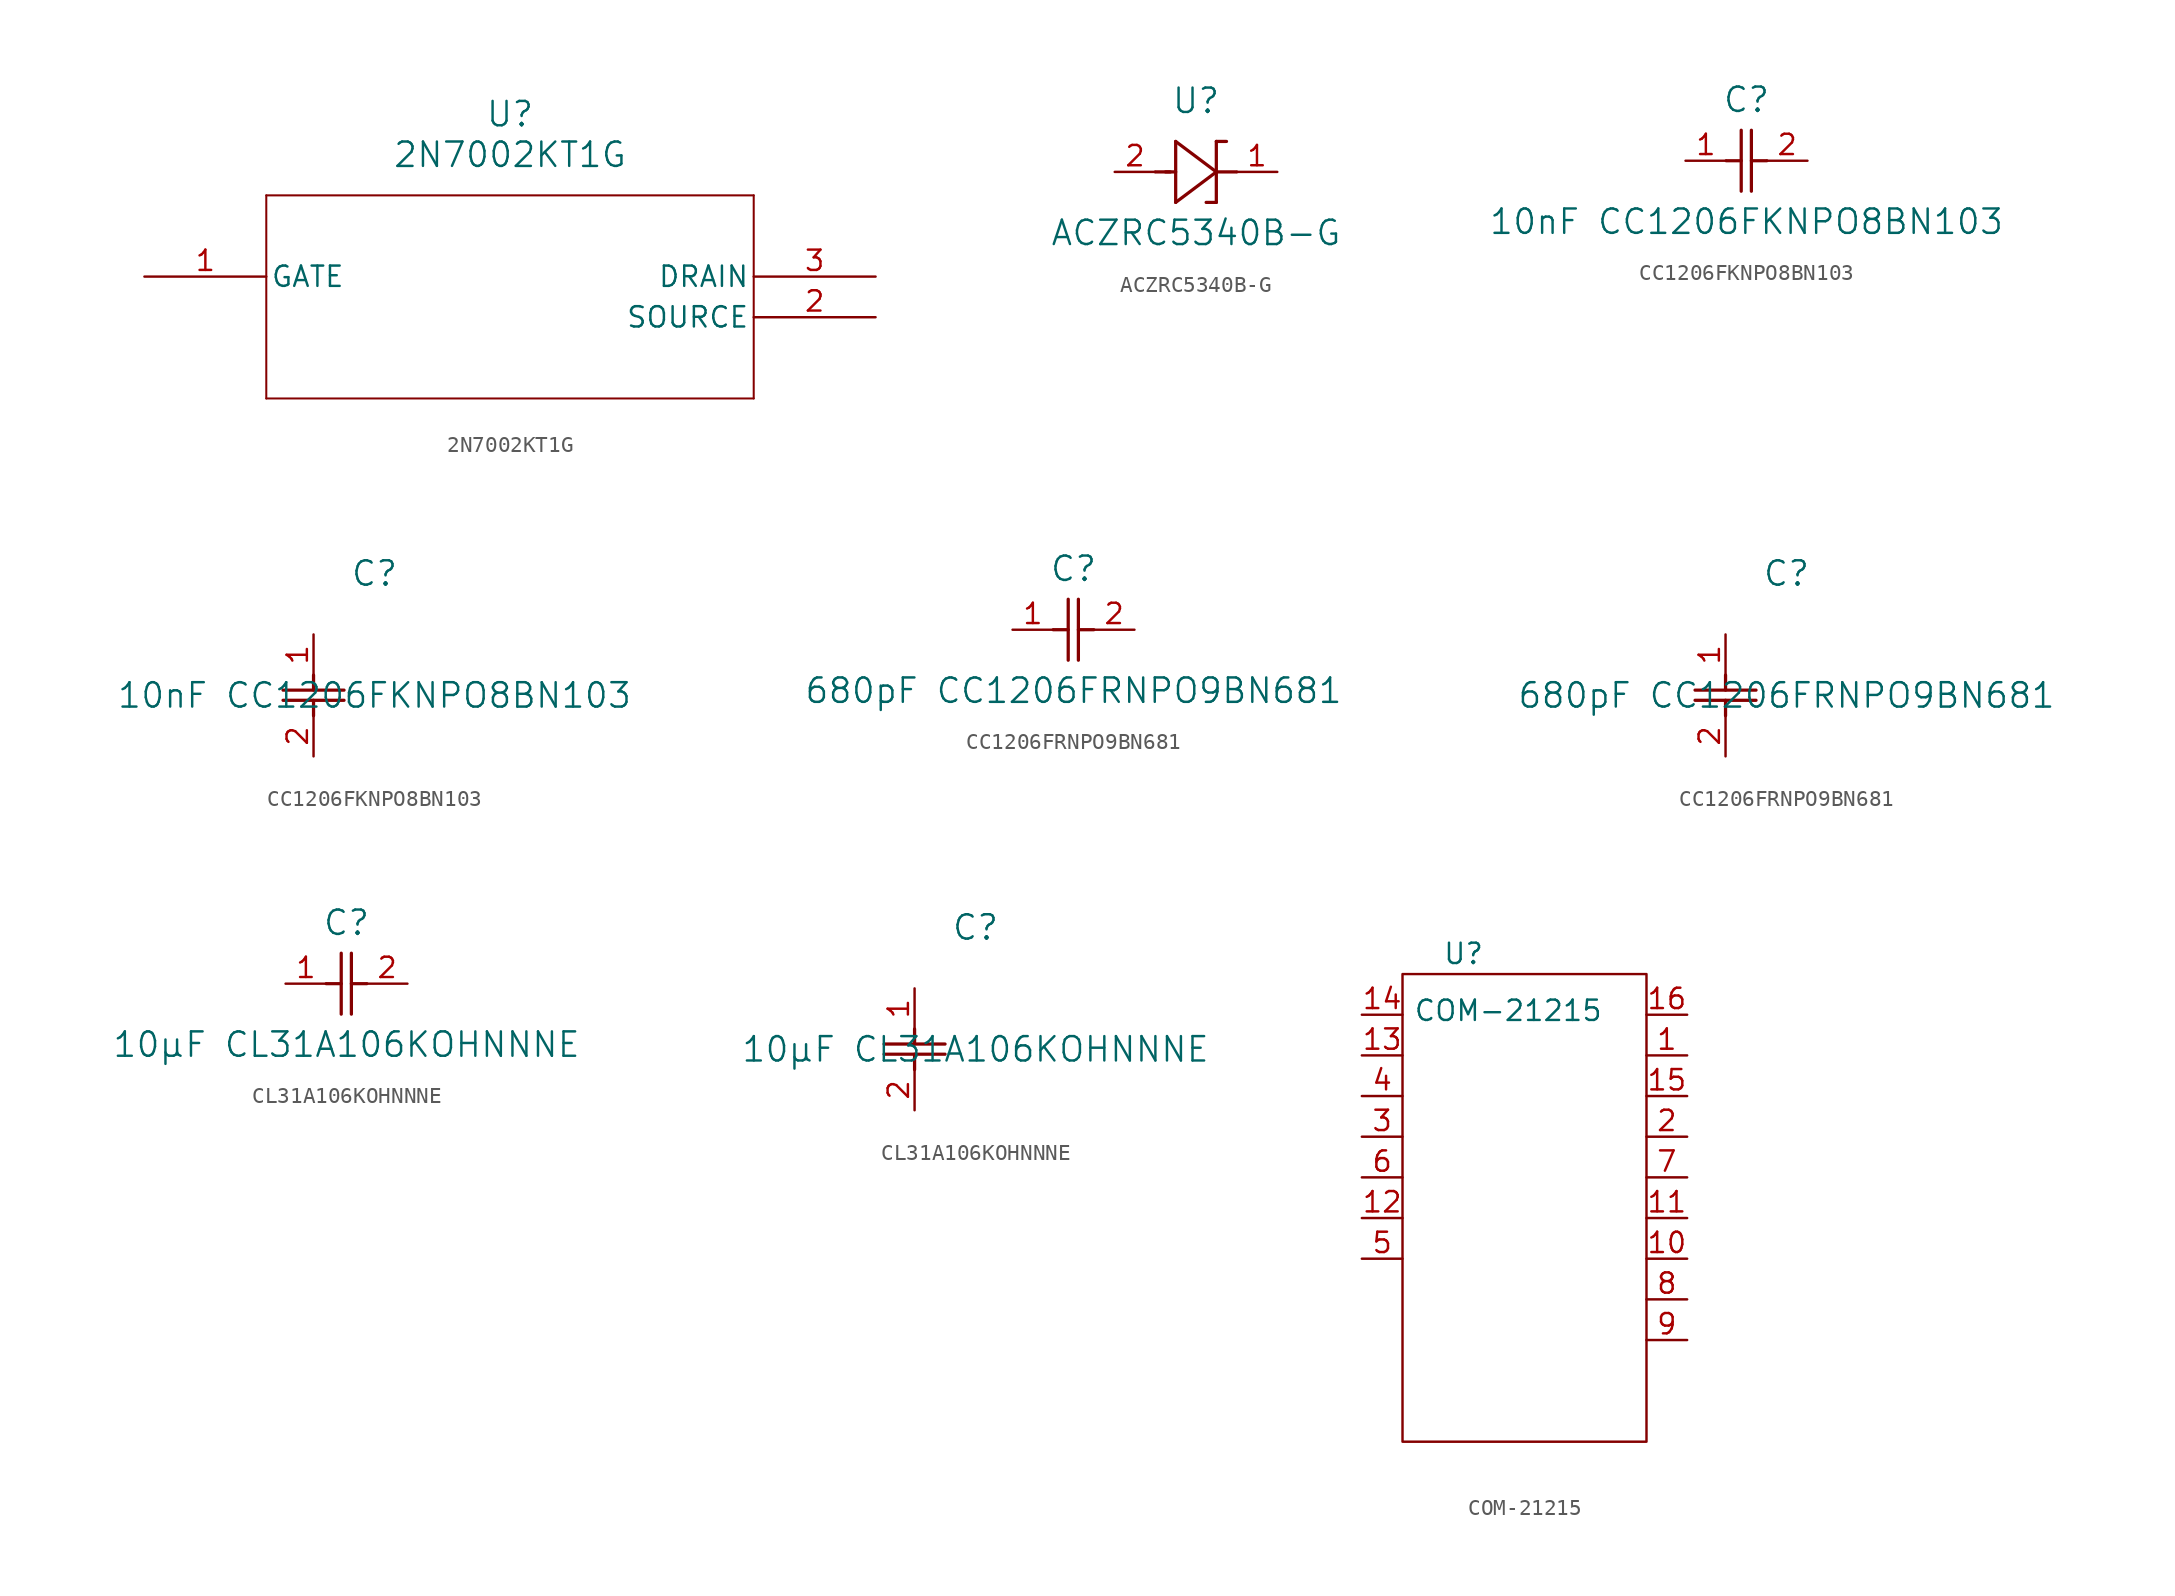
<source format=kicad_sym>
(kicad_symbol_lib
  (version 20231120)
  (generator "kicad_symbol_editor")
  (generator_version "8.0")
  (symbol "2N7002KT1G"
    (pin_names
      (offset 0.254))
    (property "Reference" "U"
      (at 22.86 10.16 0)
      (effects (font (size 1.524 1.524))))
    (property "Value" "2N7002KT1G"
      (at 22.86 7.62 0)
      (effects (font (size 1.524 1.524))))
    (property "ki_locked" ""
      (at 0 0 0)
      (effects (font (size 1.27 1.27))))
    (symbol "2N7002KT1G_1_1"
      (polyline (pts (xy 7.62 -7.62) (xy 38.1 -7.62)) (stroke (width 0.127) (type default)) (fill (type none)))
      (polyline (pts (xy 7.62 5.08) (xy 7.62 -7.62)) (stroke (width 0.127) (type default)) (fill (type none)))
      (polyline (pts (xy 38.1 -7.62) (xy 38.1 5.08)) (stroke (width 0.127) (type default)) (fill (type none)))
      (polyline (pts (xy 38.1 5.08) (xy 7.62 5.08)) (stroke (width 0.127) (type default)) (fill (type none)))
      (pin input line (at 0 0 0) (length 7.62) (name "GATE" (effects (font (size 1.27 1.27)))) (number "1" (effects (font (size 1.27 1.27)))))
      (pin passive line (at 45.72 -2.54 180) (length 7.62) (name "SOURCE" (effects (font (size 1.27 1.27)))) (number "2" (effects (font (size 1.27 1.27)))))
      (pin passive line (at 45.72 0 180) (length 7.62) (name "DRAIN" (effects (font (size 1.27 1.27)))) (number "3" (effects (font (size 1.27 1.27)))))))
  (symbol "ACZRC5340B-G"
    (pin_names
      (offset 0.254))
    (property "Reference" "U"
      (at 5.08 4.445 0)
      (effects (font (size 1.524 1.524))))
    (property "Value" "ACZRC5340B-G"
      (at 5.08 -3.81 0)
      (effects (font (size 1.524 1.524))))
    (property "ki_locked" ""
      (at 0 0 0)
      (effects (font (size 1.27 1.27))))
    (symbol "ACZRC5340B-G_0_1"
      (polyline (pts (xy 2.54 0) (xy 3.48 0)) (stroke (width 0.203) (type default)) (fill (type none)))
      (polyline (pts (xy 3.175 0) (xy 3.81 0)) (stroke (width 0.203) (type default)) (fill (type none)))
      (polyline (pts (xy 3.81 -1.905) (xy 6.35 0)) (stroke (width 0.203) (type default)) (fill (type none)))
      (polyline (pts (xy 3.81 1.905) (xy 3.81 -1.905)) (stroke (width 0.203) (type default)) (fill (type none)))
      (polyline (pts (xy 6.35 -1.905) (xy 5.715 -1.905)) (stroke (width 0.203) (type default)) (fill (type none)))
      (polyline (pts (xy 6.35 -1.905) (xy 6.35 1.905)) (stroke (width 0.203) (type default)) (fill (type none)))
      (polyline (pts (xy 6.35 0) (xy 3.81 1.905)) (stroke (width 0.203) (type default)) (fill (type none)))
      (polyline (pts (xy 6.35 0) (xy 7.62 0)) (stroke (width 0.203) (type default)) (fill (type none)))
      (polyline (pts (xy 6.35 1.905) (xy 6.985 1.905)) (stroke (width 0.203) (type default)) (fill (type none))))
    (symbol "ACZRC5340B-G_1_1"
      (pin passive line (at 10.16 0 180) (length 2.54) (name "" (effects (font (size 1.27 1.27)))) (number "1" (effects (font (size 1.27 1.27)))))
      (pin passive line (at 0 0 0) (length 2.54) (name "" (effects (font (size 1.27 1.27)))) (number "2" (effects (font (size 1.27 1.27)))))))
  (symbol "CC1206FKNPO8BN103"
    (pin_names
      (offset 0.254))
    (property "Reference" "C"
      (at 3.81 3.81 0)
      (effects (font (size 1.524 1.524))))
    (property "Value" "10nF CC1206FKNPO8BN103"
      (at 3.81 -3.81 0)
      (effects (font (size 1.524 1.524))))
    (property "ki_locked" ""
      (at 0 0 0)
      (effects (font (size 1.27 1.27))))
    (symbol "CC1206FKNPO8BN103_1_1"
      (polyline (pts (xy 2.54 0) (xy 3.48 0)) (stroke (width 0.203) (type default)) (fill (type none)))
      (polyline (pts (xy 3.48 -1.905) (xy 3.48 1.905)) (stroke (width 0.203) (type default)) (fill (type none)))
      (polyline (pts (xy 4.115 -1.905) (xy 4.115 1.905)) (stroke (width 0.203) (type default)) (fill (type none)))
      (polyline (pts (xy 4.115 0) (xy 5.08 0)) (stroke (width 0.203) (type default)) (fill (type none)))
      (pin passive line (at 0 0 0) (length 2.54) (name "" (effects (font (size 1.27 1.27)))) (number "1" (effects (font (size 1.27 1.27)))))
      (pin passive line (at 7.62 0 180) (length 2.54) (name "" (effects (font (size 1.27 1.27)))) (number "2" (effects (font (size 1.27 1.27))))))
    (symbol "CC1206FKNPO8BN103_1_2"
      (polyline (pts (xy -1.905 -4.115) (xy 1.905 -4.115)) (stroke (width 0.203) (type default)) (fill (type none)))
      (polyline (pts (xy -1.905 -3.48) (xy 1.905 -3.48)) (stroke (width 0.203) (type default)) (fill (type none)))
      (polyline (pts (xy 0 -4.115) (xy 0 -5.08)) (stroke (width 0.203) (type default)) (fill (type none)))
      (polyline (pts (xy 0 -2.54) (xy 0 -3.48)) (stroke (width 0.203) (type default)) (fill (type none)))
      (pin unspecified line (at 0 0 270) (length 2.54) (name "" (effects (font (size 1.27 1.27)))) (number "1" (effects (font (size 1.27 1.27)))))
      (pin unspecified line (at 0 -7.62 90) (length 2.54) (name "" (effects (font (size 1.27 1.27)))) (number "2" (effects (font (size 1.27 1.27)))))))
  (symbol "CC1206FRNPO9BN681"
    (pin_names
      (offset 0.254))
    (property "Reference" "C"
      (at 3.81 3.81 0)
      (effects (font (size 1.524 1.524))))
    (property "Value" "680pF CC1206FRNPO9BN681"
      (at 3.81 -3.81 0)
      (effects (font (size 1.524 1.524))))
    (property "ki_locked" ""
      (at 0 0 0)
      (effects (font (size 1.27 1.27))))
    (symbol "CC1206FRNPO9BN681_1_1"
      (polyline (pts (xy 2.54 0) (xy 3.48 0)) (stroke (width 0.203) (type default)) (fill (type none)))
      (polyline (pts (xy 3.48 -1.905) (xy 3.48 1.905)) (stroke (width 0.203) (type default)) (fill (type none)))
      (polyline (pts (xy 4.115 -1.905) (xy 4.115 1.905)) (stroke (width 0.203) (type default)) (fill (type none)))
      (polyline (pts (xy 4.115 0) (xy 5.08 0)) (stroke (width 0.203) (type default)) (fill (type none)))
      (pin unspecified line (at 0 0 0) (length 2.54) (name "" (effects (font (size 1.27 1.27)))) (number "1" (effects (font (size 1.27 1.27)))))
      (pin unspecified line (at 7.62 0 180) (length 2.54) (name "" (effects (font (size 1.27 1.27)))) (number "2" (effects (font (size 1.27 1.27))))))
    (symbol "CC1206FRNPO9BN681_1_2"
      (polyline (pts (xy -1.905 -4.115) (xy 1.905 -4.115)) (stroke (width 0.203) (type default)) (fill (type none)))
      (polyline (pts (xy -1.905 -3.48) (xy 1.905 -3.48)) (stroke (width 0.203) (type default)) (fill (type none)))
      (polyline (pts (xy 0 -4.115) (xy 0 -5.08)) (stroke (width 0.203) (type default)) (fill (type none)))
      (polyline (pts (xy 0 -2.54) (xy 0 -3.48)) (stroke (width 0.203) (type default)) (fill (type none)))
      (pin unspecified line (at 0 0 270) (length 2.54) (name "" (effects (font (size 1.27 1.27)))) (number "1" (effects (font (size 1.27 1.27)))))
      (pin unspecified line (at 0 -7.62 90) (length 2.54) (name "" (effects (font (size 1.27 1.27)))) (number "2" (effects (font (size 1.27 1.27)))))))
  (symbol "CL31A106KOHNNNE"
    (pin_names
      (offset 0.254))
    (property "Reference" "C"
      (at 3.81 3.81 0)
      (effects (font (size 1.524 1.524))))
    (property "Value" "10µF CL31A106KOHNNNE"
      (at 3.81 -3.81 0)
      (effects (font (size 1.524 1.524))))
    (property "ki_locked" ""
      (at 0 0 0)
      (effects (font (size 1.27 1.27))))
    (symbol "CL31A106KOHNNNE_1_1"
      (polyline (pts (xy 2.54 0) (xy 3.48 0)) (stroke (width 0.203) (type default)) (fill (type none)))
      (polyline (pts (xy 3.48 -1.905) (xy 3.48 1.905)) (stroke (width 0.203) (type default)) (fill (type none)))
      (polyline (pts (xy 4.115 -1.905) (xy 4.115 1.905)) (stroke (width 0.203) (type default)) (fill (type none)))
      (polyline (pts (xy 4.115 0) (xy 5.08 0)) (stroke (width 0.203) (type default)) (fill (type none)))
      (pin passive line (at 0 0 0) (length 2.54) (name "" (effects (font (size 1.27 1.27)))) (number "1" (effects (font (size 1.27 1.27)))))
      (pin passive line (at 7.62 0 180) (length 2.54) (name "" (effects (font (size 1.27 1.27)))) (number "2" (effects (font (size 1.27 1.27))))))
    (symbol "CL31A106KOHNNNE_1_2"
      (polyline (pts (xy -1.905 -4.115) (xy 1.905 -4.115)) (stroke (width 0.203) (type default)) (fill (type none)))
      (polyline (pts (xy -1.905 -3.48) (xy 1.905 -3.48)) (stroke (width 0.203) (type default)) (fill (type none)))
      (polyline (pts (xy 0 -4.115) (xy 0 -5.08)) (stroke (width 0.203) (type default)) (fill (type none)))
      (polyline (pts (xy 0 -2.54) (xy 0 -3.48)) (stroke (width 0.203) (type default)) (fill (type none)))
      (pin unspecified line (at 0 0 270) (length 2.54) (name "" (effects (font (size 1.27 1.27)))) (number "1" (effects (font (size 1.27 1.27)))))
      (pin unspecified line (at 0 -7.62 90) (length 2.54) (name "" (effects (font (size 1.27 1.27)))) (number "2" (effects (font (size 1.27 1.27)))))))
  (symbol "COM-21215"
    (property "Reference" "U"
      (at 0 0 0)
      (effects (font (size 1.27 1.27))))
    (property "Value" "COM-21215"
      (at 2.794 -3.556 0)
      (effects (font (size 1.27 1.27))))
    (symbol "COM-21215_0_1"
      (rectangle (start -3.81 -1.27) (end 11.43 -30.48) (stroke (width 0) (type default)) (fill (type none))))
    (symbol "COM-21215_1_1"
      (pin passive line (at 13.97 -6.35 180) (length 2.54) (name "" (effects (font (size 1.27 1.27)))) (number "1" (effects (font (size 1.27 1.27)))))
      (pin passive line (at 13.97 -19.05 180) (length 2.54) (name "" (effects (font (size 1.27 1.27)))) (number "10" (effects (font (size 1.27 1.27)))))
      (pin passive line (at 13.97 -16.51 180) (length 2.54) (name "" (effects (font (size 1.27 1.27)))) (number "11" (effects (font (size 1.27 1.27)))))
      (pin passive line (at -6.35 -16.51 0) (length 2.54) (name "" (effects (font (size 1.27 1.27)))) (number "12" (effects (font (size 1.27 1.27)))))
      (pin passive line (at -6.35 -6.35 0) (length 2.54) (name "" (effects (font (size 1.27 1.27)))) (number "13" (effects (font (size 1.27 1.27)))))
      (pin passive line (at -6.35 -3.81 0) (length 2.54) (name "" (effects (font (size 1.27 1.27)))) (number "14" (effects (font (size 1.27 1.27)))))
      (pin passive line (at 13.97 -8.89 180) (length 2.54) (name "" (effects (font (size 1.27 1.27)))) (number "15" (effects (font (size 1.27 1.27)))))
      (pin passive line (at 13.97 -3.81 180) (length 2.54) (name "" (effects (font (size 1.27 1.27)))) (number "16" (effects (font (size 1.27 1.27)))))
      (pin passive line (at 13.97 -11.43 180) (length 2.54) (name "" (effects (font (size 1.27 1.27)))) (number "2" (effects (font (size 1.27 1.27)))))
      (pin passive line (at -6.35 -11.43 0) (length 2.54) (name "" (effects (font (size 1.27 1.27)))) (number "3" (effects (font (size 1.27 1.27)))))
      (pin passive line (at -6.35 -8.89 0) (length 2.54) (name "" (effects (font (size 1.27 1.27)))) (number "4" (effects (font (size 1.27 1.27)))))
      (pin passive line (at -6.35 -19.05 0) (length 2.54) (name "" (effects (font (size 1.27 1.27)))) (number "5" (effects (font (size 1.27 1.27)))))
      (pin passive line (at -6.35 -13.97 0) (length 2.54) (name "" (effects (font (size 1.27 1.27)))) (number "6" (effects (font (size 1.27 1.27)))))
      (pin passive line (at 13.97 -13.97 180) (length 2.54) (name "" (effects (font (size 1.27 1.27)))) (number "7" (effects (font (size 1.27 1.27)))))
      (pin passive line (at 13.97 -21.59 180) (length 2.54) (name "" (effects (font (size 1.27 1.27)))) (number "8" (effects (font (size 1.27 1.27)))))
      (pin passive line (at 13.97 -24.13 180) (length 2.54) (name "" (effects (font (size 1.27 1.27)))) (number "9" (effects (font (size 1.27 1.27))))))))
</source>
